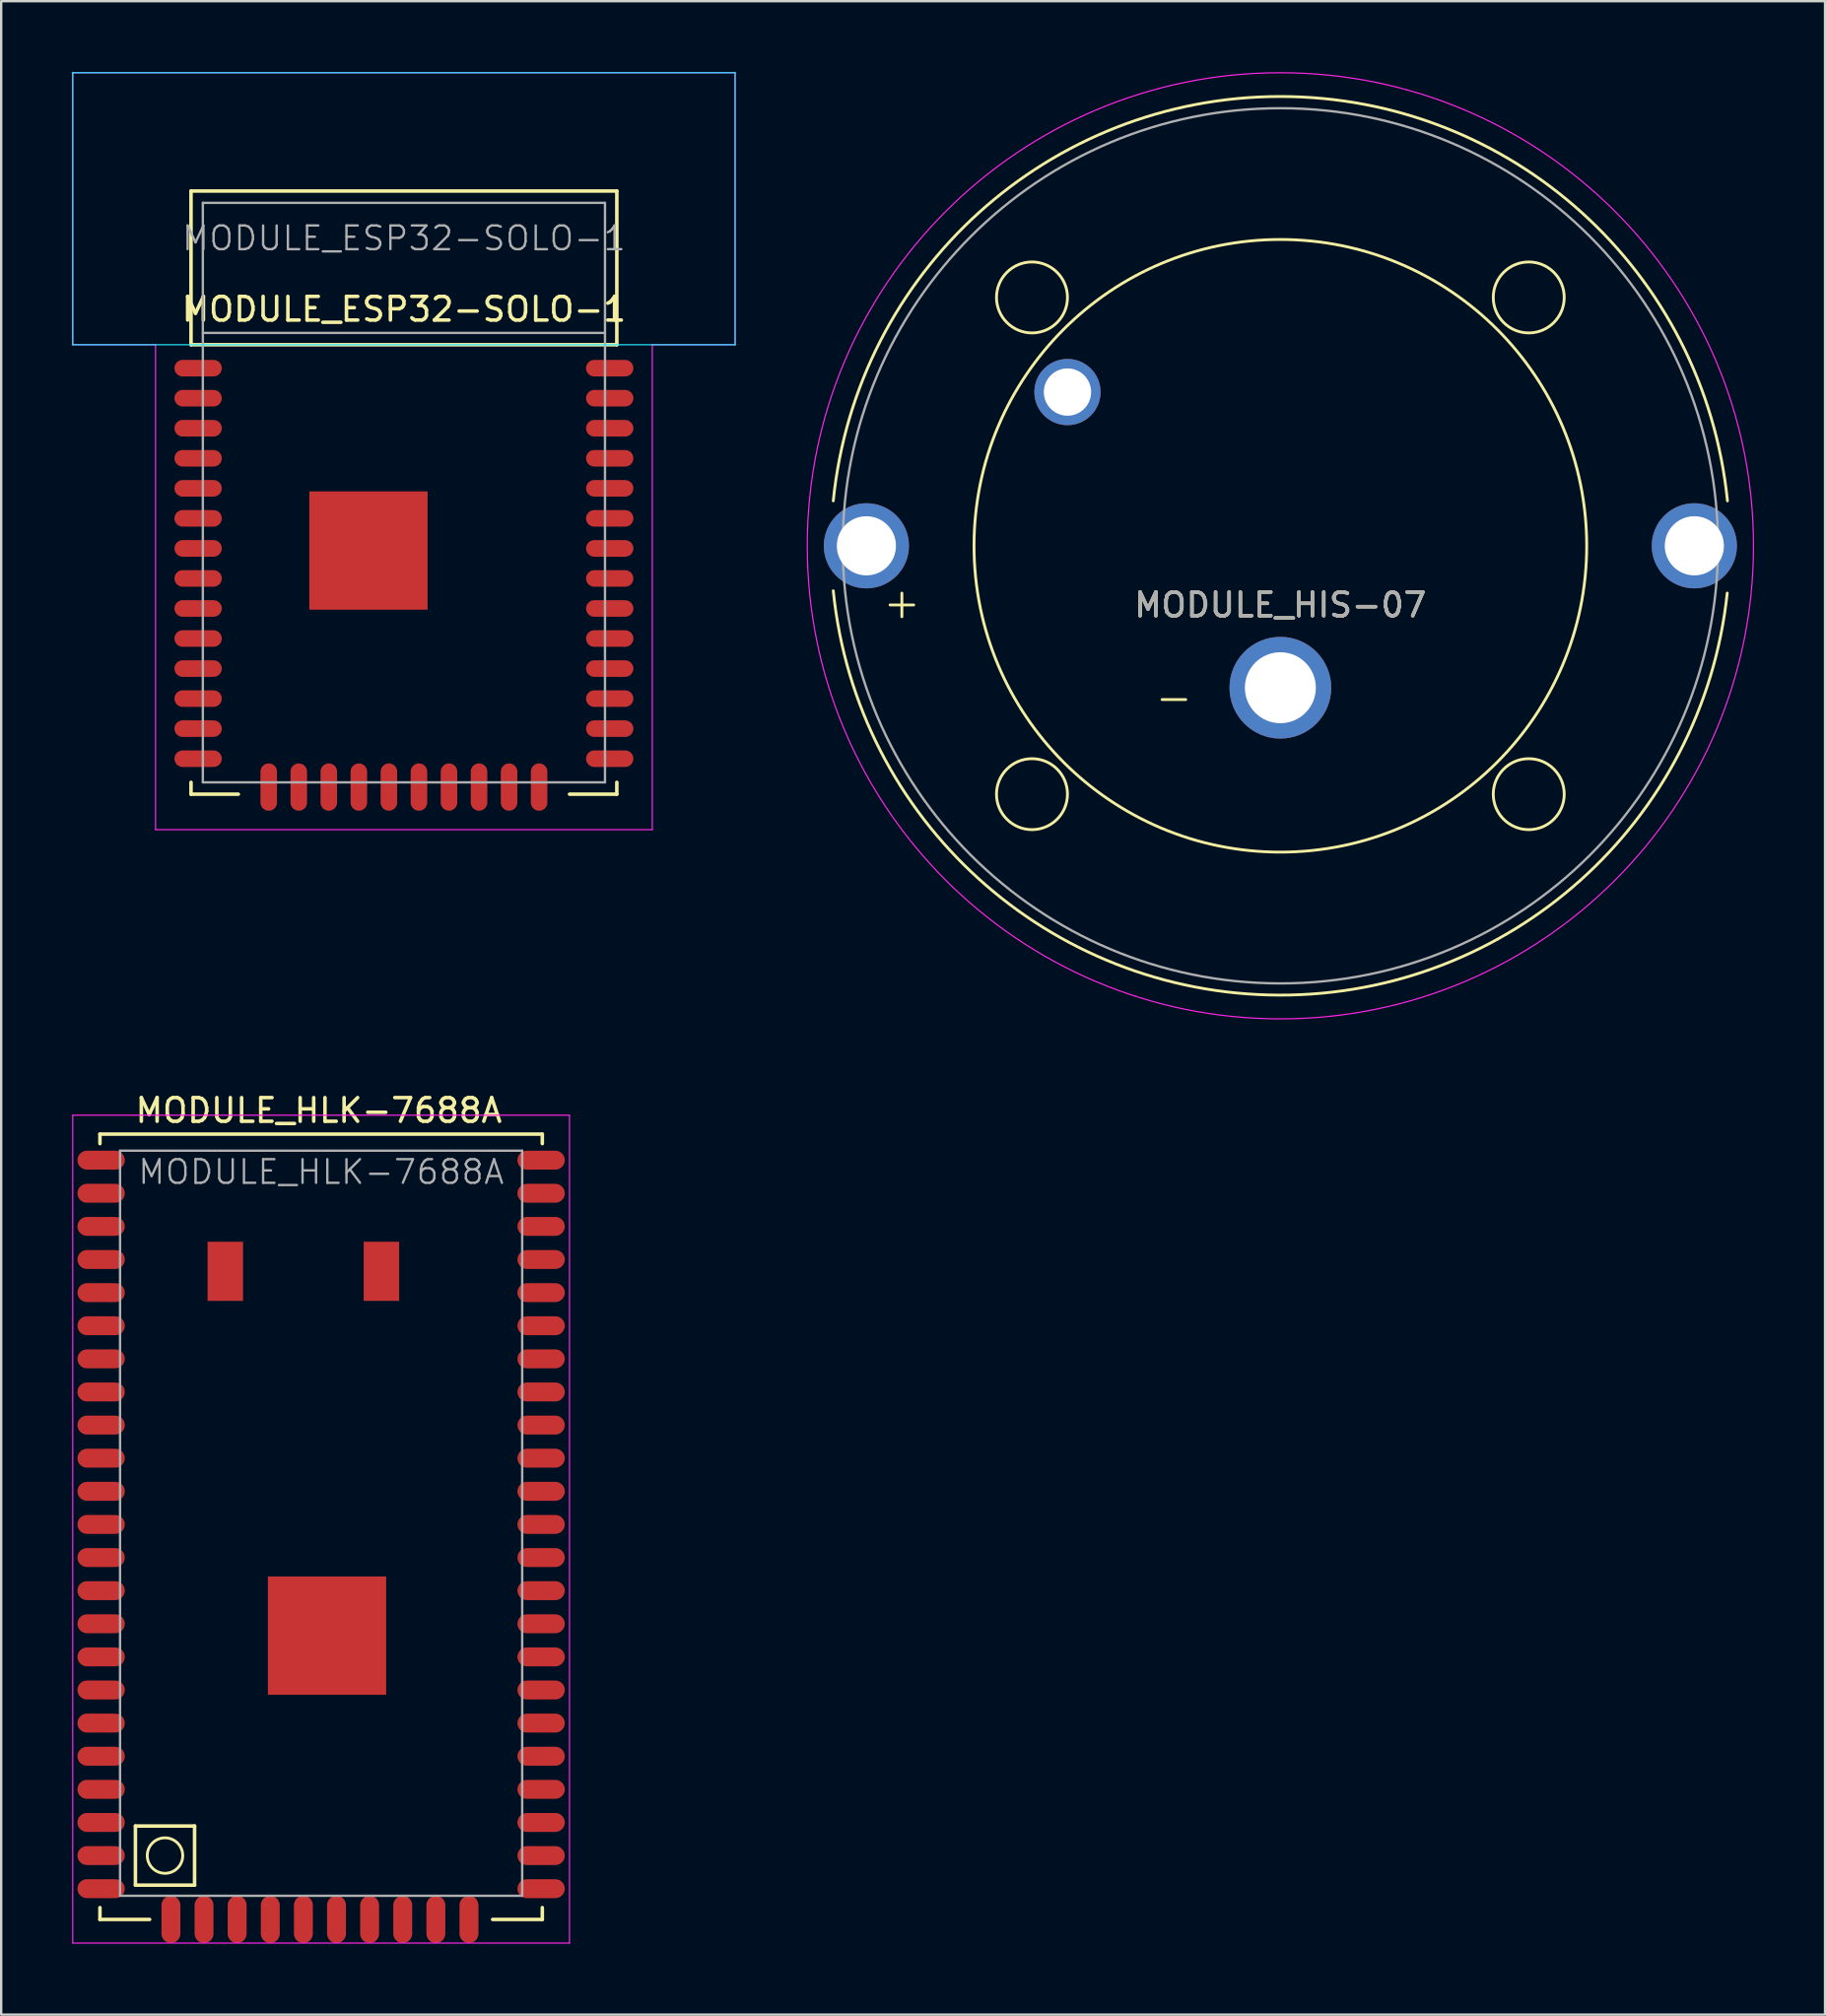
<source format=kicad_pcb>
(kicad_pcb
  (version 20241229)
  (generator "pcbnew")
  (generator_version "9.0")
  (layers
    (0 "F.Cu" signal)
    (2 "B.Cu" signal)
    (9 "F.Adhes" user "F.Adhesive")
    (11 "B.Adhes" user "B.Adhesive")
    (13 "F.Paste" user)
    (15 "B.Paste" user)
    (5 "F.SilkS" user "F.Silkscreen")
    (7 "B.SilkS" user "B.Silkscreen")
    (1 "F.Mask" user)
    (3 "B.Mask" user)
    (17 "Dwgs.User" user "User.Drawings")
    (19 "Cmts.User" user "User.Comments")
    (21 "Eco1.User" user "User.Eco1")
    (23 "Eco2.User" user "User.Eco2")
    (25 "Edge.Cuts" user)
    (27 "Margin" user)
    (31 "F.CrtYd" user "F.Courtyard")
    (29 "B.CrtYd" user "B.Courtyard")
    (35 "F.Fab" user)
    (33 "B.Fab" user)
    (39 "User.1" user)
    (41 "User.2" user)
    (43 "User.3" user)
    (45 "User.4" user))
  (footprint "MODULE_HIS-07"
    (layer "F.Cu")
    (at 51.075 20.025)
    (property "Reference" "MODULE_HIS-07" (at 0 2.5 0) (layer "F.SilkS") (effects (font (size 1 1) (thickness 0.15))))
    (attr smd)
    (fp_line (start -16.5 2.5) (end -15.5 2.5) (stroke (width 0.12) (type solid)) (layer "F.SilkS"))
    (fp_line (start -16 2) (end -16 3) (stroke (width 0.12) (type solid)) (layer "F.SilkS"))
    (fp_line (start -4 6.5) (end -5 6.5) (stroke (width 0.12) (type solid)) (layer "F.SilkS"))
    (fp_arc (start -18.899999 -1.900001) (mid 0.000001 -18.995262) (end 18.899999 -1.899999) (stroke (width 0.12) (type solid)) (layer "F.SilkS"))
    (fp_arc (start 18.889793 1.998921) (mid -0.049724 18.995197) (end -18.899999 1.899999) (stroke (width 0.12) (type solid)) (layer "F.SilkS"))
    (fp_circle (center -10.5 -10.5) (end -9 -10.5) (stroke (width 0.12) (type solid)) (fill no) (layer "F.SilkS"))
    (fp_circle (center -10.5 10.5) (end -9 10.5) (stroke (width 0.12) (type solid)) (fill no) (layer "F.SilkS"))
    (fp_circle (center 0 0) (end 12.95 0) (stroke (width 0.12) (type solid)) (fill no) (layer "F.SilkS"))
    (fp_circle (center 10.5 -10.5) (end 12 -10.5) (stroke (width 0.12) (type solid)) (fill no) (layer "F.SilkS"))
    (fp_circle (center 10.5 10.5) (end 12 10.5) (stroke (width 0.12) (type solid)) (fill no) (layer "F.SilkS"))
    (fp_circle (center 0 0) (end 20 0) (stroke (width 0.05) (type solid)) (fill no) (layer "F.CrtYd"))
    (fp_circle (center 0 0) (end 18.5 0) (stroke (width 0.1) (type solid)) (fill no) (layer "F.Fab"))
    (fp_text user "${REFERENCE}" (at 0 2.5 0) (layer "F.Fab") (effects (font (size 1 1) (thickness 0.15))))
    (pad "1" thru_hole circle (at -17.5 0) (size 3.6 3.6) (drill 2.5) (layers "*.Cu" "*.Mask"))
    (pad "2" thru_hole circle (at -9 -6.5) (size 2.8 2.8) (drill 2) (layers "*.Cu" "*.Mask"))
    (pad "3" thru_hole circle (at 0 6) (size 4.3 4.3) (drill 3) (layers "*.Cu" "*.Mask"))
    (pad "4" thru_hole circle (at 17.5 0) (size 3.6 3.6) (drill 2.5) (layers "*.Cu" "*.Mask")))
  (footprint "MODULE_ESP32-SOLO-1"
    (layer "F.Cu")
    (at 14.025 30.525)
    (property "Reference" "MODULE_ESP32-SOLO-1" (at 0 -20.5 0) (layer "F.SilkS") (effects (font (size 1 1) (thickness 0.15))))
    (attr smd)
    (fp_line (start -9 -25.5) (end -9 -19) (stroke (width 0.15) (type solid)) (layer "F.SilkS"))
    (fp_line (start -9 -0.5) (end -9 0) (stroke (width 0.15) (type solid)) (layer "F.SilkS"))
    (fp_line (start -9 0) (end -7 0) (stroke (width 0.15) (type solid)) (layer "F.SilkS"))
    (fp_line (start 9 -25.5) (end -9 -25.5) (stroke (width 0.15) (type solid)) (layer "F.SilkS"))
    (fp_line (start 9 -19) (end -9 -19) (stroke (width 0.15) (type solid)) (layer "F.SilkS"))
    (fp_line (start 9 -19) (end 9 -25.5) (stroke (width 0.15) (type solid)) (layer "F.SilkS"))
    (fp_line (start 9 0) (end 7 0) (stroke (width 0.15) (type solid)) (layer "F.SilkS"))
    (fp_line (start 9 0) (end 9 -0.5) (stroke (width 0.15) (type solid)) (layer "F.SilkS"))
    (fp_line (start -14 -30.5) (end 14 -30.5) (stroke (width 0.05) (type solid)) (layer "B.CrtYd"))
    (fp_line (start -14 -19) (end -14 -30.5) (stroke (width 0.05) (type solid)) (layer "B.CrtYd"))
    (fp_line (start 14 -30.5) (end 14 -19) (stroke (width 0.05) (type solid)) (layer "B.CrtYd"))
    (fp_line (start 14 -19) (end -14 -19) (stroke (width 0.05) (type solid)) (layer "B.CrtYd"))
    (fp_line (start -14 -30.5) (end -14 -19) (stroke (width 0.05) (type solid)) (layer "F.CrtYd"))
    (fp_line (start -14 -19) (end -10.5 -19) (stroke (width 0.05) (type solid)) (layer "F.CrtYd"))
    (fp_line (start -10.5 -19) (end -10.5 1.5) (stroke (width 0.05) (type solid)) (layer "F.CrtYd"))
    (fp_line (start -10.5 1.5) (end 10.5 1.5) (stroke (width 0.05) (type solid)) (layer "F.CrtYd"))
    (fp_line (start 10.5 -19) (end 14 -19) (stroke (width 0.05) (type solid)) (layer "F.CrtYd"))
    (fp_line (start 10.5 1.5) (end 10.5 -19) (stroke (width 0.05) (type solid)) (layer "F.CrtYd"))
    (fp_line (start 14 -30.5) (end -14 -30.5) (stroke (width 0.05) (type solid)) (layer "F.CrtYd"))
    (fp_line (start 14 -19) (end 14 -30.5) (stroke (width 0.05) (type solid)) (layer "F.CrtYd"))
    (fp_line (start -8.5 -25) (end 8.5 -25) (stroke (width 0.1) (type solid)) (layer "F.Fab"))
    (fp_line (start -8.5 -19.5) (end 8.5 -19.5) (stroke (width 0.1) (type solid)) (layer "F.Fab"))
    (fp_line (start -8.5 -0.5) (end -8.5 -25) (stroke (width 0.1) (type solid)) (layer "F.Fab"))
    (fp_line (start 8.5 -25) (end 8.5 -0.5) (stroke (width 0.1) (type solid)) (layer "F.Fab"))
    (fp_line (start 8.5 -0.5) (end -8.5 -0.5) (stroke (width 0.1) (type solid)) (layer "F.Fab"))
    (fp_text user "${REFERENCE}" (at 0 -23.5 0) (layer "F.Fab") (effects (font (size 1 1) (thickness 0.1))))
    (pad "" smd rect (at -1.5 -10.3) (size 5 5) (layers "F.Cu" "F.Mask" "F.Paste"))
    (pad "1" smd oval (at -8.7 -18.01) (size 2 0.7) (layers "F.Cu" "F.Mask" "F.Paste"))
    (pad "2" smd oval (at -8.7 -16.74) (size 2 0.7) (layers "F.Cu" "F.Mask" "F.Paste"))
    (pad "3" smd oval (at -8.7 -15.47) (size 2 0.7) (layers "F.Cu" "F.Mask" "F.Paste"))
    (pad "4" smd oval (at -8.7 -14.2) (size 2 0.7) (layers "F.Cu" "F.Mask" "F.Paste"))
    (pad "5" smd oval (at -8.7 -12.93) (size 2 0.7) (layers "F.Cu" "F.Mask" "F.Paste"))
    (pad "6" smd oval (at -8.7 -11.66) (size 2 0.7) (layers "F.Cu" "F.Mask" "F.Paste"))
    (pad "7" smd oval (at -8.7 -10.39) (size 2 0.7) (layers "F.Cu" "F.Mask" "F.Paste"))
    (pad "8" smd oval (at -8.7 -9.12) (size 2 0.7) (layers "F.Cu" "F.Mask" "F.Paste"))
    (pad "9" smd oval (at -8.7 -7.85) (size 2 0.7) (layers "F.Cu" "F.Mask" "F.Paste"))
    (pad "10" smd oval (at -8.7 -6.58) (size 2 0.7) (layers "F.Cu" "F.Mask" "F.Paste"))
    (pad "11" smd oval (at -8.7 -5.31) (size 2 0.7) (layers "F.Cu" "F.Mask" "F.Paste"))
    (pad "12" smd oval (at -8.7 -4.04) (size 2 0.7) (layers "F.Cu" "F.Mask" "F.Paste"))
    (pad "13" smd oval (at -8.7 -2.77) (size 2 0.7) (layers "F.Cu" "F.Mask" "F.Paste"))
    (pad "14" smd oval (at -8.7 -1.5) (size 2 0.7) (layers "F.Cu" "F.Mask" "F.Paste"))
    (pad "15" smd oval (at -5.715 -0.3) (size 0.7 2) (layers "F.Cu" "F.Mask" "F.Paste"))
    (pad "16" smd oval (at -4.445 -0.3) (size 0.7 2) (layers "F.Cu" "F.Mask" "F.Paste"))
    (pad "17" smd oval (at -3.175 -0.3) (size 0.7 2) (layers "F.Cu" "F.Mask" "F.Paste"))
    (pad "18" smd oval (at -1.905 -0.3) (size 0.7 2) (layers "F.Cu" "F.Mask" "F.Paste"))
    (pad "19" smd oval (at -0.635 -0.3) (size 0.7 2) (layers "F.Cu" "F.Mask" "F.Paste"))
    (pad "20" smd oval (at 0.635 -0.3) (size 0.7 2) (layers "F.Cu" "F.Mask" "F.Paste"))
    (pad "21" smd oval (at 1.905 -0.3) (size 0.7 2) (layers "F.Cu" "F.Mask" "F.Paste"))
    (pad "22" smd oval (at 3.175 -0.3) (size 0.7 2) (layers "F.Cu" "F.Mask" "F.Paste"))
    (pad "23" smd oval (at 4.445 -0.3) (size 0.7 2) (layers "F.Cu" "F.Mask" "F.Paste"))
    (pad "24" smd oval (at 5.715 -0.3) (size 0.7 2) (layers "F.Cu" "F.Mask" "F.Paste"))
    (pad "25" smd oval (at 8.7 -1.5) (size 2 0.7) (layers "F.Cu" "F.Mask" "F.Paste"))
    (pad "26" smd oval (at 8.7 -2.77) (size 2 0.7) (layers "F.Cu" "F.Mask" "F.Paste"))
    (pad "27" smd oval (at 8.7 -4.04) (size 2 0.7) (layers "F.Cu" "F.Mask" "F.Paste"))
    (pad "28" smd oval (at 8.7 -5.31) (size 2 0.7) (layers "F.Cu" "F.Mask" "F.Paste"))
    (pad "29" smd oval (at 8.7 -6.58) (size 2 0.7) (layers "F.Cu" "F.Mask" "F.Paste"))
    (pad "30" smd oval (at 8.7 -7.85) (size 2 0.7) (layers "F.Cu" "F.Mask" "F.Paste"))
    (pad "31" smd oval (at 8.7 -9.12) (size 2 0.7) (layers "F.Cu" "F.Mask" "F.Paste"))
    (pad "32" smd oval (at 8.7 -10.39) (size 2 0.7) (layers "F.Cu" "F.Mask" "F.Paste"))
    (pad "33" smd oval (at 8.7 -11.66) (size 2 0.7) (layers "F.Cu" "F.Mask" "F.Paste"))
    (pad "34" smd oval (at 8.7 -12.93) (size 2 0.7) (layers "F.Cu" "F.Mask" "F.Paste"))
    (pad "35" smd oval (at 8.7 -14.2) (size 2 0.7) (layers "F.Cu" "F.Mask" "F.Paste"))
    (pad "36" smd oval (at 8.7 -15.47) (size 2 0.7) (layers "F.Cu" "F.Mask" "F.Paste"))
    (pad "37" smd oval (at 8.7 -16.74) (size 2 0.7) (layers "F.Cu" "F.Mask" "F.Paste"))
    (pad "38" smd oval (at 8.7 -18.01) (size 2 0.7) (layers "F.Cu" "F.Mask" "F.Paste")))
  (footprint "MODULE_HLK-7688A"
    (layer "F.Cu")
    (at 10.525 78.098)
    (property "Reference" "MODULE_HLK-7688A" (at -0.1 -34.2 0) (layer "F.SilkS") (effects (font (size 1 1) (thickness 0.15))))
    (attr smd)
    (fp_line (start -9.35 -33.2) (end -9.35 -32.8) (stroke (width 0.15) (type solid)) (layer "F.SilkS"))
    (fp_line (start -9.35 -33.2) (end 9.35 -33.2) (stroke (width 0.15) (type solid)) (layer "F.SilkS"))
    (fp_line (start -9.35 0) (end -9.35 -0.5) (stroke (width 0.15) (type solid)) (layer "F.SilkS"))
    (fp_line (start -9.35 0) (end -7.25 0) (stroke (width 0.15) (type solid)) (layer "F.SilkS"))
    (fp_line (start -7.85 -3.95) (end -5.35 -3.95) (stroke (width 0.15) (type solid)) (layer "F.SilkS"))
    (fp_line (start -7.85 -1.45) (end -7.85 -3.95) (stroke (width 0.15) (type solid)) (layer "F.SilkS"))
    (fp_line (start -7.85 -1.45) (end -5.35 -1.45) (stroke (width 0.15) (type solid)) (layer "F.SilkS"))
    (fp_line (start -5.35 -1.45) (end -5.35 -3.95) (stroke (width 0.15) (type solid)) (layer "F.SilkS"))
    (fp_line (start 7.25 0) (end 9.35 0) (stroke (width 0.15) (type solid)) (layer "F.SilkS"))
    (fp_line (start 9.35 -32.8) (end 9.35 -33.2) (stroke (width 0.15) (type solid)) (layer "F.SilkS"))
    (fp_line (start 9.35 0) (end 9.35 -0.5) (stroke (width 0.15) (type solid)) (layer "F.SilkS"))
    (fp_circle (center -6.6 -2.7) (end -5.85 -2.7) (stroke (width 0.12) (type solid)) (fill no) (layer "F.SilkS"))
    (fp_line (start -10.5 -34) (end -10.5 1) (stroke (width 0.05) (type solid)) (layer "F.CrtYd"))
    (fp_line (start -10.5 -34) (end 10.5 -34) (stroke (width 0.05) (type solid)) (layer "F.CrtYd"))
    (fp_line (start -10.5 1) (end 10.5 1) (stroke (width 0.05) (type solid)) (layer "F.CrtYd"))
    (fp_line (start 10.5 1) (end 10.5 -34) (stroke (width 0.05) (type solid)) (layer "F.CrtYd"))
    (fp_line (start -8.5 -32.5) (end 8.5 -32.5) (stroke (width 0.1) (type solid)) (layer "F.Fab"))
    (fp_line (start -8.5 -1) (end -8.5 -32.5) (stroke (width 0.1) (type solid)) (layer "F.Fab"))
    (fp_line (start 8.5 -32.5) (end 8.5 -1) (stroke (width 0.1) (type solid)) (layer "F.Fab"))
    (fp_line (start 8.5 -1) (end -8.5 -1) (stroke (width 0.1) (type solid)) (layer "F.Fab"))
    (fp_text user "${REFERENCE}" (at 0 -31.6 0) (layer "F.Fab") (effects (font (size 1 1) (thickness 0.1))))
    (pad "1" smd oval (at -9.3 -32.1) (size 2 0.8) (layers "F.Cu" "F.Mask" "F.Paste"))
    (pad "2" smd oval (at -9.3 -30.7) (size 2 0.8) (layers "F.Cu" "F.Mask" "F.Paste"))
    (pad "3" smd oval (at -9.3 -29.3) (size 2 0.8) (layers "F.Cu" "F.Mask" "F.Paste"))
    (pad "4" smd oval (at -9.3 -27.9) (size 2 0.8) (layers "F.Cu" "F.Mask" "F.Paste"))
    (pad "5" smd oval (at -9.3 -26.5) (size 2 0.8) (layers "F.Cu" "F.Mask" "F.Paste"))
    (pad "6" smd oval (at -9.3 -25.1) (size 2 0.8) (layers "F.Cu" "F.Mask" "F.Paste"))
    (pad "7" smd oval (at -9.3 -23.7) (size 2 0.8) (layers "F.Cu" "F.Mask" "F.Paste"))
    (pad "8" smd oval (at -9.3 -22.3) (size 2 0.8) (layers "F.Cu" "F.Mask" "F.Paste"))
    (pad "9" smd oval (at -9.3 -20.9) (size 2 0.8) (layers "F.Cu" "F.Mask" "F.Paste"))
    (pad "10" smd oval (at -9.3 -19.5) (size 2 0.8) (layers "F.Cu" "F.Mask" "F.Paste"))
    (pad "11" smd oval (at -9.3 -18.1) (size 2 0.8) (layers "F.Cu" "F.Mask" "F.Paste"))
    (pad "12" smd oval (at -9.3 -16.7) (size 2 0.8) (layers "F.Cu" "F.Mask" "F.Paste"))
    (pad "13" smd oval (at -9.3 -15.3) (size 2 0.8) (layers "F.Cu" "F.Mask" "F.Paste"))
    (pad "14" smd oval (at -9.3 -13.9) (size 2 0.8) (layers "F.Cu" "F.Mask" "F.Paste"))
    (pad "15" smd oval (at -9.3 -12.5) (size 2 0.8) (layers "F.Cu" "F.Mask" "F.Paste"))
    (pad "16" smd oval (at -9.3 -11.1) (size 2 0.8) (layers "F.Cu" "F.Mask" "F.Paste"))
    (pad "17" smd oval (at -9.3 -9.7) (size 2 0.8) (layers "F.Cu" "F.Mask" "F.Paste"))
    (pad "18" smd oval (at -9.3 -8.3) (size 2 0.8) (layers "F.Cu" "F.Mask" "F.Paste"))
    (pad "19" smd oval (at -9.3 -6.9) (size 2 0.8) (layers "F.Cu" "F.Mask" "F.Paste"))
    (pad "20" smd oval (at -9.3 -5.5) (size 2 0.8) (layers "F.Cu" "F.Mask" "F.Paste"))
    (pad "21" smd oval (at -9.3 -4.1) (size 2 0.8) (layers "F.Cu" "F.Mask" "F.Paste"))
    (pad "22" smd oval (at -9.3 -2.7) (size 2 0.8) (layers "F.Cu" "F.Mask" "F.Paste"))
    (pad "23" smd oval (at -9.3 -1.3) (size 2 0.8) (layers "F.Cu" "F.Mask" "F.Paste"))
    (pad "24" smd oval (at -6.35 0 90) (size 2 0.8) (layers "F.Cu" "F.Mask" "F.Paste"))
    (pad "25" smd oval (at -4.95 0 90) (size 2 0.8) (layers "F.Cu" "F.Mask" "F.Paste"))
    (pad "26" smd oval (at -3.55 0 90) (size 2 0.8) (layers "F.Cu" "F.Mask" "F.Paste"))
    (pad "27" smd oval (at -2.15 0 90) (size 2 0.8) (layers "F.Cu" "F.Mask" "F.Paste"))
    (pad "28" smd oval (at -0.75 0 90) (size 2 0.8) (layers "F.Cu" "F.Mask" "F.Paste"))
    (pad "29" smd oval (at 0.65 0 90) (size 2 0.8) (layers "F.Cu" "F.Mask" "F.Paste"))
    (pad "30" smd oval (at 2.05 0 90) (size 2 0.8) (layers "F.Cu" "F.Mask" "F.Paste"))
    (pad "31" smd oval (at 3.45 0 90) (size 2 0.8) (layers "F.Cu" "F.Mask" "F.Paste"))
    (pad "32" smd oval (at 4.85 0 90) (size 2 0.8) (layers "F.Cu" "F.Mask" "F.Paste"))
    (pad "33" smd oval (at 6.25 0 90) (size 2 0.8) (layers "F.Cu" "F.Mask" "F.Paste"))
    (pad "34" smd oval (at 9.3 -1.3) (size 2 0.8) (layers "F.Cu" "F.Mask" "F.Paste"))
    (pad "35" smd oval (at 9.3 -2.7) (size 2 0.8) (layers "F.Cu" "F.Mask" "F.Paste"))
    (pad "36" smd oval (at 9.3 -4.1) (size 2 0.8) (layers "F.Cu" "F.Mask" "F.Paste"))
    (pad "37" smd oval (at 9.3 -5.5) (size 2 0.8) (layers "F.Cu" "F.Mask" "F.Paste"))
    (pad "38" smd oval (at 9.3 -6.9) (size 2 0.8) (layers "F.Cu" "F.Mask" "F.Paste"))
    (pad "39" smd oval (at 9.3 -8.3) (size 2 0.8) (layers "F.Cu" "F.Mask" "F.Paste"))
    (pad "40" smd oval (at 9.3 -9.7) (size 2 0.8) (layers "F.Cu" "F.Mask" "F.Paste"))
    (pad "41" smd oval (at 9.3 -11.1) (size 2 0.8) (layers "F.Cu" "F.Mask" "F.Paste"))
    (pad "42" smd oval (at 9.3 -12.5) (size 2 0.8) (layers "F.Cu" "F.Mask" "F.Paste"))
    (pad "43" smd oval (at 9.3 -13.9) (size 2 0.8) (layers "F.Cu" "F.Mask" "F.Paste"))
    (pad "44" smd oval (at 9.3 -15.3) (size 2 0.8) (layers "F.Cu" "F.Mask" "F.Paste"))
    (pad "45" smd oval (at 9.3 -16.7) (size 2 0.8) (layers "F.Cu" "F.Mask" "F.Paste"))
    (pad "46" smd oval (at 9.3 -18.1) (size 2 0.8) (layers "F.Cu" "F.Mask" "F.Paste"))
    (pad "47" smd oval (at 9.3 -19.5) (size 2 0.8) (layers "F.Cu" "F.Mask" "F.Paste"))
    (pad "48" smd oval (at 9.3 -20.9) (size 2 0.8) (layers "F.Cu" "F.Mask" "F.Paste"))
    (pad "49" smd oval (at 9.3 -22.3) (size 2 0.8) (layers "F.Cu" "F.Mask" "F.Paste"))
    (pad "50" smd oval (at 9.3 -23.7) (size 2 0.8) (layers "F.Cu" "F.Mask" "F.Paste"))
    (pad "51" smd oval (at 9.3 -25.1) (size 2 0.8) (layers "F.Cu" "F.Mask" "F.Paste"))
    (pad "52" smd oval (at 9.3 -26.5) (size 2 0.8) (layers "F.Cu" "F.Mask" "F.Paste"))
    (pad "53" smd oval (at 9.3 -27.9) (size 2 0.8) (layers "F.Cu" "F.Mask" "F.Paste"))
    (pad "54" smd oval (at 9.3 -29.3) (size 2 0.8) (layers "F.Cu" "F.Mask" "F.Paste"))
    (pad "55" smd oval (at 9.3 -30.7) (size 2 0.8) (layers "F.Cu" "F.Mask" "F.Paste"))
    (pad "56" smd oval (at 9.3 -32.1) (size 2 0.8) (layers "F.Cu" "F.Mask" "F.Paste"))
    (pad "57" smd rect (at 2.55 -27.4) (size 1.5 2.5) (layers "F.Cu" "F.Mask" "F.Paste"))
    (pad "58" smd rect (at -4.05 -27.4) (size 1.5 2.5) (layers "F.Cu" "F.Mask" "F.Paste"))
    (pad "59" smd rect (at 0.25 -12) (size 5 5) (layers "F.Cu" "F.Mask" "F.Paste")))
  (gr_rect
    (start -3 -3)
    (end 74.1 82.123)
    (stroke (width 0.1) (type default))
    (fill no)
    (layer "Edge.Cuts")))
</source>
